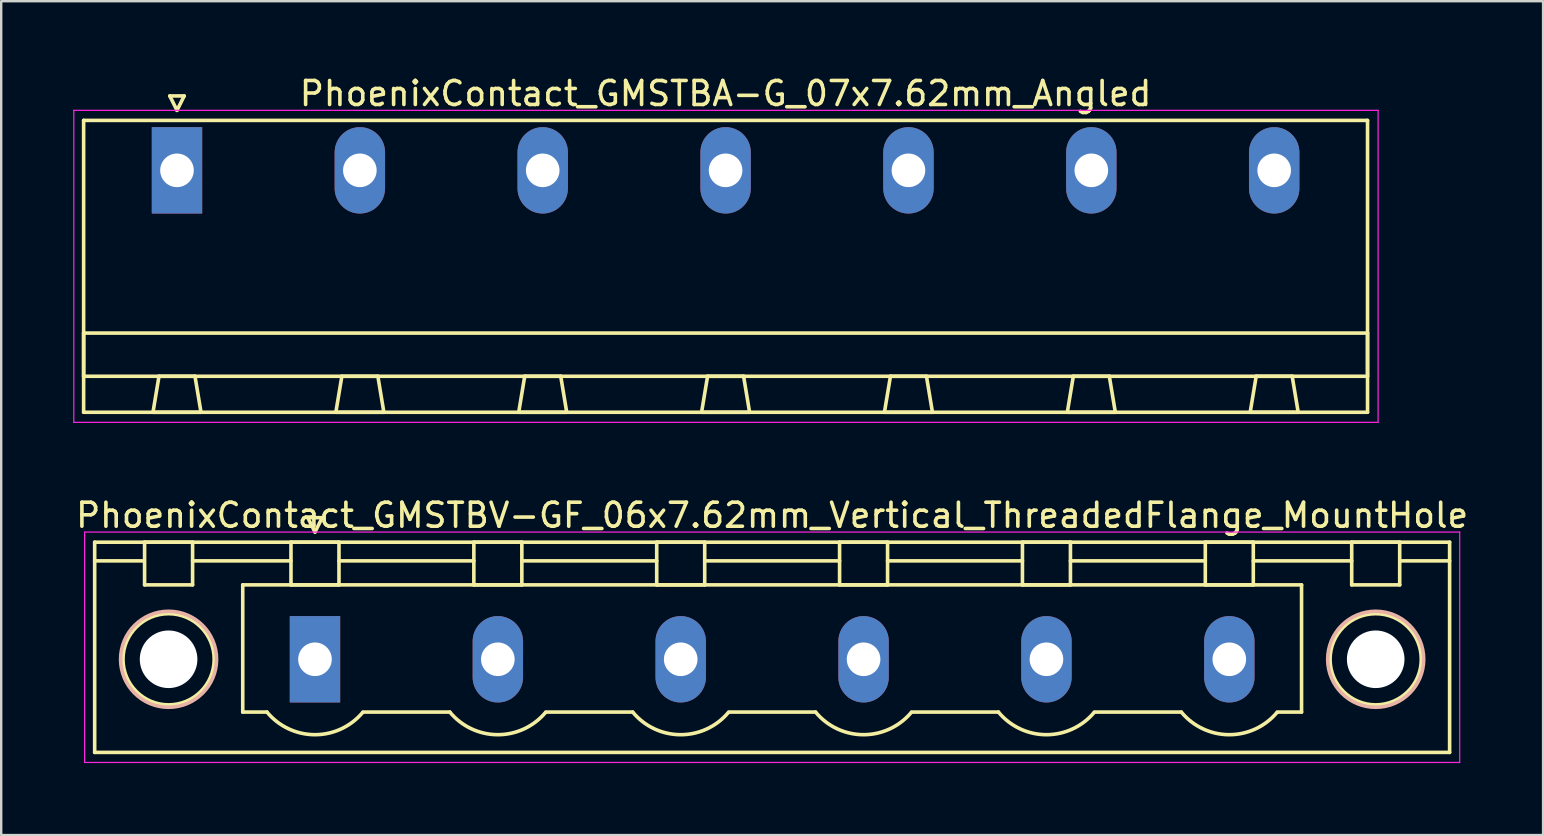
<source format=kicad_pcb>
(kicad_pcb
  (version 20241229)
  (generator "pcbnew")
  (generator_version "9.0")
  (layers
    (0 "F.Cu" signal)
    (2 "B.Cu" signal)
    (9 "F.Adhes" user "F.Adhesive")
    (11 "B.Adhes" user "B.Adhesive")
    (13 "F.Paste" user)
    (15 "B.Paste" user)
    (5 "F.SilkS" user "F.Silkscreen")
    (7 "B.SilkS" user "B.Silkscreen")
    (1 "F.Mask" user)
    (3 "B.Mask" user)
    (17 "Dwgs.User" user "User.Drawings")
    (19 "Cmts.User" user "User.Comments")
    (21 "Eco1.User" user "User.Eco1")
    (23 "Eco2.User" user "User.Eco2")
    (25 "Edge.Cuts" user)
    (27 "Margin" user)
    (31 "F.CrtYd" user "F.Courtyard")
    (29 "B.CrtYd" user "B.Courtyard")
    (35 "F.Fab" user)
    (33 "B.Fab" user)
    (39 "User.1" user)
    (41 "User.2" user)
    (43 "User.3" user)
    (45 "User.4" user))
  (footprint "PhoenixContact_GMSTBA-G_07x7.62mm_Angled"
    (layer "F.Cu")
    (at 4.325 4.048)
    (property "Reference" "PhoenixContact_GMSTBA-G_07x7.62mm_Angled" (at 22.86 -3.2 0) (layer "F.SilkS") (effects (font (size 1 1) (thickness 0.15))))
    (attr through_hole)
    (fp_line (start -3.89 -2.08) (end -3.89 10.08) (stroke (width 0.15) (type solid)) (layer "F.SilkS"))
    (fp_line (start -3.89 6.78) (end 49.61 6.78) (stroke (width 0.15) (type solid)) (layer "F.SilkS"))
    (fp_line (start -3.89 8.58) (end -3.89 6.78) (stroke (width 0.15) (type solid)) (layer "F.SilkS"))
    (fp_line (start -3.89 10.08) (end 49.61 10.08) (stroke (width 0.15) (type solid)) (layer "F.SilkS"))
    (fp_line (start -1 10.08) (end 1 10.08) (stroke (width 0.15) (type solid)) (layer "F.SilkS"))
    (fp_line (start -0.75 8.58) (end -1 10.08) (stroke (width 0.15) (type solid)) (layer "F.SilkS"))
    (fp_line (start -0.3 -3.1) (end 0 -2.5) (stroke (width 0.15) (type solid)) (layer "F.SilkS"))
    (fp_line (start 0 -2.5) (end 0.3 -3.1) (stroke (width 0.15) (type solid)) (layer "F.SilkS"))
    (fp_line (start 0.3 -3.1) (end -0.3 -3.1) (stroke (width 0.15) (type solid)) (layer "F.SilkS"))
    (fp_line (start 0.75 8.58) (end -0.75 8.58) (stroke (width 0.15) (type solid)) (layer "F.SilkS"))
    (fp_line (start 1 10.08) (end 0.75 8.58) (stroke (width 0.15) (type solid)) (layer "F.SilkS"))
    (fp_line (start 6.62 10.08) (end 8.62 10.08) (stroke (width 0.15) (type solid)) (layer "F.SilkS"))
    (fp_line (start 6.87 8.58) (end 6.62 10.08) (stroke (width 0.15) (type solid)) (layer "F.SilkS"))
    (fp_line (start 8.37 8.58) (end 6.87 8.58) (stroke (width 0.15) (type solid)) (layer "F.SilkS"))
    (fp_line (start 8.62 10.08) (end 8.37 8.58) (stroke (width 0.15) (type solid)) (layer "F.SilkS"))
    (fp_line (start 14.24 10.08) (end 16.24 10.08) (stroke (width 0.15) (type solid)) (layer "F.SilkS"))
    (fp_line (start 14.49 8.58) (end 14.24 10.08) (stroke (width 0.15) (type solid)) (layer "F.SilkS"))
    (fp_line (start 15.99 8.58) (end 14.49 8.58) (stroke (width 0.15) (type solid)) (layer "F.SilkS"))
    (fp_line (start 16.24 10.08) (end 15.99 8.58) (stroke (width 0.15) (type solid)) (layer "F.SilkS"))
    (fp_line (start 21.86 10.08) (end 23.86 10.08) (stroke (width 0.15) (type solid)) (layer "F.SilkS"))
    (fp_line (start 22.11 8.58) (end 21.86 10.08) (stroke (width 0.15) (type solid)) (layer "F.SilkS"))
    (fp_line (start 23.61 8.58) (end 22.11 8.58) (stroke (width 0.15) (type solid)) (layer "F.SilkS"))
    (fp_line (start 23.86 10.08) (end 23.61 8.58) (stroke (width 0.15) (type solid)) (layer "F.SilkS"))
    (fp_line (start 29.48 10.08) (end 31.48 10.08) (stroke (width 0.15) (type solid)) (layer "F.SilkS"))
    (fp_line (start 29.73 8.58) (end 29.48 10.08) (stroke (width 0.15) (type solid)) (layer "F.SilkS"))
    (fp_line (start 31.23 8.58) (end 29.73 8.58) (stroke (width 0.15) (type solid)) (layer "F.SilkS"))
    (fp_line (start 31.48 10.08) (end 31.23 8.58) (stroke (width 0.15) (type solid)) (layer "F.SilkS"))
    (fp_line (start 37.1 10.08) (end 39.1 10.08) (stroke (width 0.15) (type solid)) (layer "F.SilkS"))
    (fp_line (start 37.35 8.58) (end 37.1 10.08) (stroke (width 0.15) (type solid)) (layer "F.SilkS"))
    (fp_line (start 38.85 8.58) (end 37.35 8.58) (stroke (width 0.15) (type solid)) (layer "F.SilkS"))
    (fp_line (start 39.1 10.08) (end 38.85 8.58) (stroke (width 0.15) (type solid)) (layer "F.SilkS"))
    (fp_line (start 44.72 10.08) (end 46.72 10.08) (stroke (width 0.15) (type solid)) (layer "F.SilkS"))
    (fp_line (start 44.97 8.58) (end 44.72 10.08) (stroke (width 0.15) (type solid)) (layer "F.SilkS"))
    (fp_line (start 46.47 8.58) (end 44.97 8.58) (stroke (width 0.15) (type solid)) (layer "F.SilkS"))
    (fp_line (start 46.72 10.08) (end 46.47 8.58) (stroke (width 0.15) (type solid)) (layer "F.SilkS"))
    (fp_line (start 49.61 -2.08) (end -3.89 -2.08) (stroke (width 0.15) (type solid)) (layer "F.SilkS"))
    (fp_line (start 49.61 6.78) (end 49.61 8.58) (stroke (width 0.15) (type solid)) (layer "F.SilkS"))
    (fp_line (start 49.61 8.58) (end -3.89 8.58) (stroke (width 0.15) (type solid)) (layer "F.SilkS"))
    (fp_line (start 49.61 10.08) (end 49.61 -2.08) (stroke (width 0.15) (type solid)) (layer "F.SilkS"))
    (fp_line (start -4.3 -2.5) (end -4.3 10.5) (stroke (width 0.05) (type solid)) (layer "F.CrtYd"))
    (fp_line (start -4.3 10.5) (end 50.05 10.5) (stroke (width 0.05) (type solid)) (layer "F.CrtYd"))
    (fp_line (start 50.05 -2.5) (end -4.3 -2.5) (stroke (width 0.05) (type solid)) (layer "F.CrtYd"))
    (fp_line (start 50.05 10.5) (end 50.05 -2.5) (stroke (width 0.05) (type solid)) (layer "F.CrtYd"))
    (pad "1" thru_hole rect (at 0 0) (size 2.1 3.6) (drill 1.4) (layers "*.Cu" "*.Mask"))
    (pad "2" thru_hole oval (at 7.62 0) (size 2.1 3.6) (drill 1.4) (layers "*.Cu" "*.Mask"))
    (pad "3" thru_hole oval (at 15.24 0) (size 2.1 3.6) (drill 1.4) (layers "*.Cu" "*.Mask"))
    (pad "4" thru_hole oval (at 22.86 0) (size 2.1 3.6) (drill 1.4) (layers "*.Cu" "*.Mask"))
    (pad "5" thru_hole oval (at 30.48 0) (size 2.1 3.6) (drill 1.4) (layers "*.Cu" "*.Mask"))
    (pad "6" thru_hole oval (at 38.1 0) (size 2.1 3.6) (drill 1.4) (layers "*.Cu" "*.Mask"))
    (pad "7" thru_hole oval (at 45.72 0) (size 2.1 3.6) (drill 1.4) (layers "*.Cu" "*.Mask")))
  (footprint "PhoenixContact_GMSTBV-GF_06x7.62mm_Vertical_ThreadedFlange_MountHole"
    (layer "F.Cu")
    (at 10.075 24.422)
    (property "Reference" "PhoenixContact_GMSTBV-GF_06x7.62mm_Vertical_ThreadedFlange_MountHole" (at 19.05 -6 0) (layer "F.SilkS") (effects (font (size 1 1) (thickness 0.15))))
    (attr through_hole)
    (fp_line (start -9.18 -4.88) (end -9.18 3.88) (stroke (width 0.15) (type solid)) (layer "F.SilkS"))
    (fp_line (start -9.18 -4.1) (end -7.18 -4.1) (stroke (width 0.15) (type solid)) (layer "F.SilkS"))
    (fp_line (start -9.18 3.88) (end 47.28 3.88) (stroke (width 0.15) (type solid)) (layer "F.SilkS"))
    (fp_line (start -7.1 -4.88) (end -5.1 -4.88) (stroke (width 0.15) (type solid)) (layer "F.SilkS"))
    (fp_line (start -7.1 -3.1) (end -7.1 -4.88) (stroke (width 0.15) (type solid)) (layer "F.SilkS"))
    (fp_line (start -5.1 -4.88) (end -5.1 -3.1) (stroke (width 0.15) (type solid)) (layer "F.SilkS"))
    (fp_line (start -5.1 -4.1) (end -1 -4.1) (stroke (width 0.15) (type solid)) (layer "F.SilkS"))
    (fp_line (start -5.1 -3.1) (end -7.1 -3.1) (stroke (width 0.15) (type solid)) (layer "F.SilkS"))
    (fp_line (start -3.01 -3.1) (end 41.11 -3.1) (stroke (width 0.15) (type solid)) (layer "F.SilkS"))
    (fp_line (start -3.01 2.2) (end -3.01 -3.1) (stroke (width 0.15) (type solid)) (layer "F.SilkS"))
    (fp_line (start -2 2.2) (end -3.01 2.2) (stroke (width 0.15) (type solid)) (layer "F.SilkS"))
    (fp_line (start -1 -4.88) (end 1 -4.88) (stroke (width 0.15) (type solid)) (layer "F.SilkS"))
    (fp_line (start -1 -3.1) (end -1 -4.88) (stroke (width 0.15) (type solid)) (layer "F.SilkS"))
    (fp_line (start -0.3 -5.9) (end 0 -5.3) (stroke (width 0.15) (type solid)) (layer "F.SilkS"))
    (fp_line (start 0 -5.3) (end 0.3 -5.9) (stroke (width 0.15) (type solid)) (layer "F.SilkS"))
    (fp_line (start 0.3 -5.9) (end -0.3 -5.9) (stroke (width 0.15) (type solid)) (layer "F.SilkS"))
    (fp_line (start 1 -4.88) (end 1 -3.1) (stroke (width 0.15) (type solid)) (layer "F.SilkS"))
    (fp_line (start 1 -4.1) (end 6.62 -4.1) (stroke (width 0.15) (type solid)) (layer "F.SilkS"))
    (fp_line (start 1 -3.1) (end -1 -3.1) (stroke (width 0.15) (type solid)) (layer "F.SilkS"))
    (fp_line (start 2 2.2) (end 5.62 2.2) (stroke (width 0.15) (type solid)) (layer "F.SilkS"))
    (fp_line (start 6.62 -4.88) (end 8.62 -4.88) (stroke (width 0.15) (type solid)) (layer "F.SilkS"))
    (fp_line (start 6.62 -3.1) (end 6.62 -4.88) (stroke (width 0.15) (type solid)) (layer "F.SilkS"))
    (fp_line (start 8.62 -4.88) (end 8.62 -3.1) (stroke (width 0.15) (type solid)) (layer "F.SilkS"))
    (fp_line (start 8.62 -4.1) (end 14.24 -4.1) (stroke (width 0.15) (type solid)) (layer "F.SilkS"))
    (fp_line (start 8.62 -3.1) (end 6.62 -3.1) (stroke (width 0.15) (type solid)) (layer "F.SilkS"))
    (fp_line (start 9.62 2.2) (end 13.24 2.2) (stroke (width 0.15) (type solid)) (layer "F.SilkS"))
    (fp_line (start 14.24 -4.88) (end 16.24 -4.88) (stroke (width 0.15) (type solid)) (layer "F.SilkS"))
    (fp_line (start 14.24 -3.1) (end 14.24 -4.88) (stroke (width 0.15) (type solid)) (layer "F.SilkS"))
    (fp_line (start 16.24 -4.88) (end 16.24 -3.1) (stroke (width 0.15) (type solid)) (layer "F.SilkS"))
    (fp_line (start 16.24 -4.1) (end 21.86 -4.1) (stroke (width 0.15) (type solid)) (layer "F.SilkS"))
    (fp_line (start 16.24 -3.1) (end 14.24 -3.1) (stroke (width 0.15) (type solid)) (layer "F.SilkS"))
    (fp_line (start 17.24 2.2) (end 20.86 2.2) (stroke (width 0.15) (type solid)) (layer "F.SilkS"))
    (fp_line (start 21.86 -4.88) (end 23.86 -4.88) (stroke (width 0.15) (type solid)) (layer "F.SilkS"))
    (fp_line (start 21.86 -3.1) (end 21.86 -4.88) (stroke (width 0.15) (type solid)) (layer "F.SilkS"))
    (fp_line (start 23.86 -4.88) (end 23.86 -3.1) (stroke (width 0.15) (type solid)) (layer "F.SilkS"))
    (fp_line (start 23.86 -4.1) (end 29.48 -4.1) (stroke (width 0.15) (type solid)) (layer "F.SilkS"))
    (fp_line (start 23.86 -3.1) (end 21.86 -3.1) (stroke (width 0.15) (type solid)) (layer "F.SilkS"))
    (fp_line (start 24.86 2.2) (end 28.48 2.2) (stroke (width 0.15) (type solid)) (layer "F.SilkS"))
    (fp_line (start 29.48 -4.88) (end 31.48 -4.88) (stroke (width 0.15) (type solid)) (layer "F.SilkS"))
    (fp_line (start 29.48 -3.1) (end 29.48 -4.88) (stroke (width 0.15) (type solid)) (layer "F.SilkS"))
    (fp_line (start 31.48 -4.88) (end 31.48 -3.1) (stroke (width 0.15) (type solid)) (layer "F.SilkS"))
    (fp_line (start 31.48 -4.1) (end 37.1 -4.1) (stroke (width 0.15) (type solid)) (layer "F.SilkS"))
    (fp_line (start 31.48 -3.1) (end 29.48 -3.1) (stroke (width 0.15) (type solid)) (layer "F.SilkS"))
    (fp_line (start 32.48 2.2) (end 36.1 2.2) (stroke (width 0.15) (type solid)) (layer "F.SilkS"))
    (fp_line (start 37.1 -4.88) (end 39.1 -4.88) (stroke (width 0.15) (type solid)) (layer "F.SilkS"))
    (fp_line (start 37.1 -3.1) (end 37.1 -4.88) (stroke (width 0.15) (type solid)) (layer "F.SilkS"))
    (fp_line (start 39.1 -4.88) (end 39.1 -3.1) (stroke (width 0.15) (type solid)) (layer "F.SilkS"))
    (fp_line (start 39.1 -4.1) (end 43.2 -4.1) (stroke (width 0.15) (type solid)) (layer "F.SilkS"))
    (fp_line (start 39.1 -3.1) (end 37.1 -3.1) (stroke (width 0.15) (type solid)) (layer "F.SilkS"))
    (fp_line (start 41.11 -3.1) (end 41.11 2.2) (stroke (width 0.15) (type solid)) (layer "F.SilkS"))
    (fp_line (start 41.11 2.2) (end 40.1 2.2) (stroke (width 0.15) (type solid)) (layer "F.SilkS"))
    (fp_line (start 43.2 -4.88) (end 45.2 -4.88) (stroke (width 0.15) (type solid)) (layer "F.SilkS"))
    (fp_line (start 43.2 -3.1) (end 43.2 -4.88) (stroke (width 0.15) (type solid)) (layer "F.SilkS"))
    (fp_line (start 45.2 -4.88) (end 45.2 -3.1) (stroke (width 0.15) (type solid)) (layer "F.SilkS"))
    (fp_line (start 45.2 -3.1) (end 43.2 -3.1) (stroke (width 0.15) (type solid)) (layer "F.SilkS"))
    (fp_line (start 47.28 -4.88) (end -9.18 -4.88) (stroke (width 0.15) (type solid)) (layer "F.SilkS"))
    (fp_line (start 47.28 -4.1) (end 45.28 -4.1) (stroke (width 0.15) (type solid)) (layer "F.SilkS"))
    (fp_line (start 47.28 3.88) (end 47.28 -4.88) (stroke (width 0.15) (type solid)) (layer "F.SilkS"))
    (fp_arc (start 1.986842 2.215821) (mid -0.010289 3.142758) (end -2 2.2) (stroke (width 0.15) (type solid)) (layer "F.SilkS"))
    (fp_arc (start 9.606842 2.215821) (mid 7.609711 3.142758) (end 5.62 2.2) (stroke (width 0.15) (type solid)) (layer "F.SilkS"))
    (fp_arc (start 17.226842 2.215821) (mid 15.229711 3.142758) (end 13.24 2.2) (stroke (width 0.15) (type solid)) (layer "F.SilkS"))
    (fp_arc (start 24.846842 2.215821) (mid 22.849711 3.142758) (end 20.86 2.2) (stroke (width 0.15) (type solid)) (layer "F.SilkS"))
    (fp_arc (start 32.466842 2.215821) (mid 30.469711 3.142758) (end 28.48 2.2) (stroke (width 0.15) (type solid)) (layer "F.SilkS"))
    (fp_arc (start 40.086842 2.215821) (mid 38.089711 3.142758) (end 36.1 2.2) (stroke (width 0.15) (type solid)) (layer "F.SilkS"))
    (fp_circle (center -6.1 0) (end -4.2 0) (stroke (width 0.15) (type solid)) (fill no) (layer "F.SilkS"))
    (fp_circle (center 44.2 0) (end 46.1 0) (stroke (width 0.15) (type solid)) (fill no) (layer "F.SilkS"))
    (fp_circle (center -6.1 0) (end -4.1 0) (stroke (width 0.15) (type solid)) (fill no) (layer "B.SilkS"))
    (fp_circle (center 44.2 0) (end 46.2 0) (stroke (width 0.15) (type solid)) (fill no) (layer "B.SilkS"))
    (fp_line (start -9.6 -5.3) (end -9.6 4.3) (stroke (width 0.05) (type solid)) (layer "F.CrtYd"))
    (fp_line (start -9.6 4.3) (end 47.7 4.3) (stroke (width 0.05) (type solid)) (layer "F.CrtYd"))
    (fp_line (start 47.7 -5.3) (end -9.6 -5.3) (stroke (width 0.05) (type solid)) (layer "F.CrtYd"))
    (fp_line (start 47.7 4.3) (end 47.7 -5.3) (stroke (width 0.05) (type solid)) (layer "F.CrtYd"))
    (pad "" np_thru_hole circle (at -6.1 0) (size 2.4 2.4) (drill 2.4) (layers "*.Cu" "*.Mask"))
    (pad "" np_thru_hole circle (at 44.2 0) (size 2.4 2.4) (drill 2.4) (layers "*.Cu" "*.Mask"))
    (pad "1" thru_hole rect (at 0 0) (size 2.1 3.6) (drill 1.4) (layers "*.Cu" "*.Mask"))
    (pad "2" thru_hole oval (at 7.62 0) (size 2.1 3.6) (drill 1.4) (layers "*.Cu" "*.Mask"))
    (pad "3" thru_hole oval (at 15.24 0) (size 2.1 3.6) (drill 1.4) (layers "*.Cu" "*.Mask"))
    (pad "4" thru_hole oval (at 22.86 0) (size 2.1 3.6) (drill 1.4) (layers "*.Cu" "*.Mask"))
    (pad "5" thru_hole oval (at 30.48 0) (size 2.1 3.6) (drill 1.4) (layers "*.Cu" "*.Mask"))
    (pad "6" thru_hole oval (at 38.1 0) (size 2.1 3.6) (drill 1.4) (layers "*.Cu" "*.Mask")))
  (gr_rect
    (start -3 -3)
    (end 61.25 31.747)
    (stroke (width 0.1) (type default))
    (fill no)
    (layer "Edge.Cuts")))
</source>
